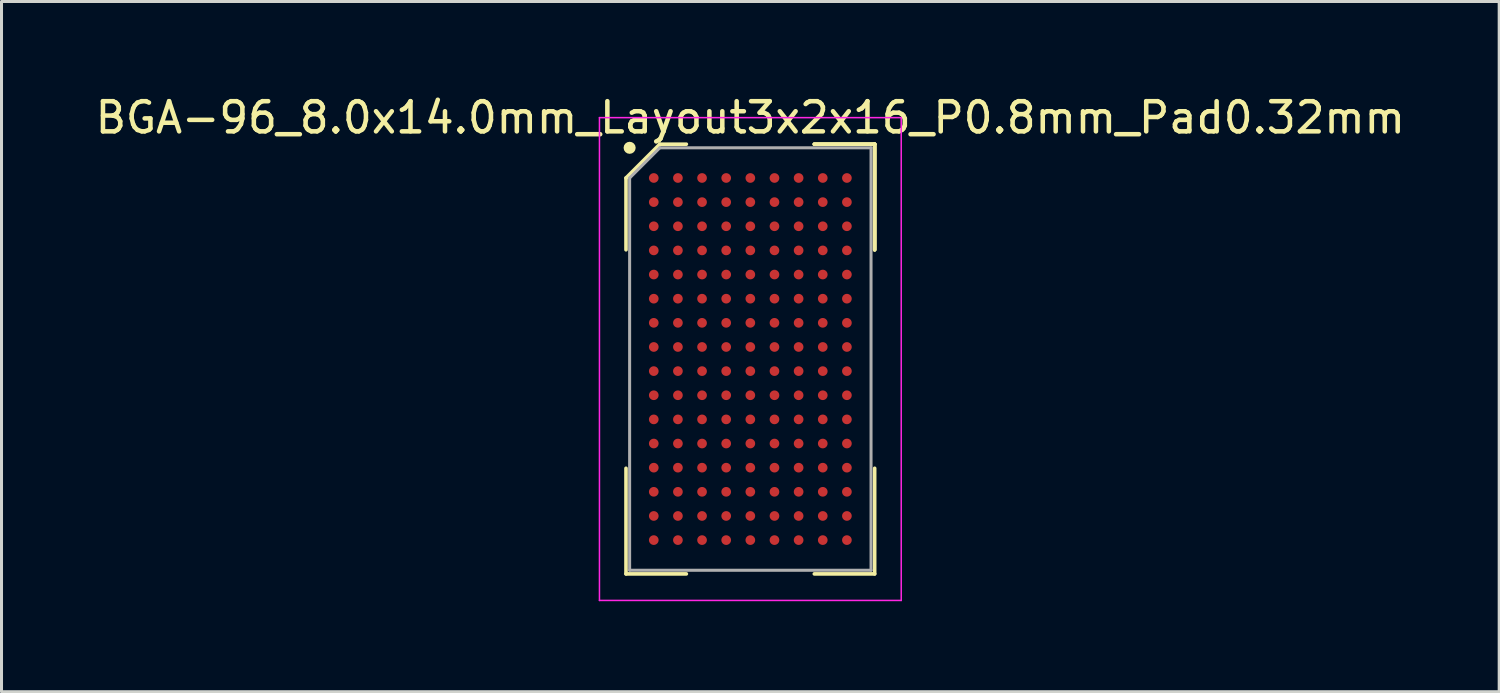
<source format=kicad_pcb>
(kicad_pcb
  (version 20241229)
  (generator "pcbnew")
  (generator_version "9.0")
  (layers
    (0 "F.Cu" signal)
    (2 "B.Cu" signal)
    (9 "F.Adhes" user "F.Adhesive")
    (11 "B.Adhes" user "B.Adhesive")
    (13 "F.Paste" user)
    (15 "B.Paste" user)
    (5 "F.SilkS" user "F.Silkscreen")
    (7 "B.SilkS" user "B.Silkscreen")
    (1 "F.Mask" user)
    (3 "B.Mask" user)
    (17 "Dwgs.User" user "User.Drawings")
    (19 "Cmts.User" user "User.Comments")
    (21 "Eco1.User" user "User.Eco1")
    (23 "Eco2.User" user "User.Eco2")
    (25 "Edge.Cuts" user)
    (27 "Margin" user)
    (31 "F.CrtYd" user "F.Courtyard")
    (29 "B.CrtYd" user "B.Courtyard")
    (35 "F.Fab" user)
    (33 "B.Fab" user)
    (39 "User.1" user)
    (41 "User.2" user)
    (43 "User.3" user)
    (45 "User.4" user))
  (footprint "BGA-96_8.0x14.0mm_Layout3x2x16_P0.8mm_Pad0.32mm"
    (layer "F.Cu")
    (at 21.815 8.848)
    (property "Reference" "BGA-96_8.0x14.0mm_Layout3x2x16_P0.8mm_Pad0.32mm" (at 0 -8 0) (layer "F.SilkS") (effects (font (size 1 1) (thickness 0.15))))
    (attr smd)
    (fp_line (start -4.12 -6) (end -4.12 -3.62) (stroke (width 0.12) (type solid)) (layer "F.SilkS"))
    (fp_line (start -4.12 7.12) (end -4.12 3.62) (stroke (width 0.12) (type solid)) (layer "F.SilkS"))
    (fp_line (start -3 -7.12) (end -4.12 -6) (stroke (width 0.12) (type solid)) (layer "F.SilkS"))
    (fp_line (start -2.12 -7.12) (end -3 -7.12) (stroke (width 0.12) (type solid)) (layer "F.SilkS"))
    (fp_line (start -2.12 7.12) (end -4.12 7.12) (stroke (width 0.12) (type solid)) (layer "F.SilkS"))
    (fp_line (start 2.12 -7.12) (end 4.12 -7.12) (stroke (width 0.12) (type solid)) (layer "F.SilkS"))
    (fp_line (start 2.12 -7.12) (end 4.12 -7.12) (stroke (width 0.12) (type solid)) (layer "F.SilkS"))
    (fp_line (start 2.12 -7.12) (end 4.12 -7.12) (stroke (width 0.12) (type solid)) (layer "F.SilkS"))
    (fp_line (start 2.12 7.12) (end 4.12 7.12) (stroke (width 0.12) (type solid)) (layer "F.SilkS"))
    (fp_line (start 4.12 -7.12) (end 4.12 -3.62) (stroke (width 0.12) (type solid)) (layer "F.SilkS"))
    (fp_line (start 4.12 -7.12) (end 4.12 -3.62) (stroke (width 0.12) (type solid)) (layer "F.SilkS"))
    (fp_line (start 4.12 -7.12) (end 4.12 -3.62) (stroke (width 0.12) (type solid)) (layer "F.SilkS"))
    (fp_line (start 4.12 7.12) (end 4.12 3.62) (stroke (width 0.12) (type solid)) (layer "F.SilkS"))
    (fp_circle (center -4 -7) (end -4 -6.9) (stroke (width 0.2) (type solid)) (fill no) (layer "F.SilkS"))
    (fp_line (start -5 -8) (end 5 -8) (stroke (width 0.05) (type solid)) (layer "F.CrtYd"))
    (fp_line (start -5 8) (end -5 -8) (stroke (width 0.05) (type solid)) (layer "F.CrtYd"))
    (fp_line (start 5 -8) (end 5 8) (stroke (width 0.05) (type solid)) (layer "F.CrtYd"))
    (fp_line (start 5 8) (end -5 8) (stroke (width 0.05) (type solid)) (layer "F.CrtYd"))
    (fp_line (start -4 -6) (end -4 7) (stroke (width 0.1) (type solid)) (layer "F.Fab"))
    (fp_line (start -4 7) (end 4 7) (stroke (width 0.1) (type solid)) (layer "F.Fab"))
    (fp_line (start -3 -7) (end -4 -6) (stroke (width 0.1) (type solid)) (layer "F.Fab"))
    (fp_line (start 4 -7) (end -3 -7) (stroke (width 0.1) (type solid)) (layer "F.Fab"))
    (fp_line (start 4 7) (end 4 -7) (stroke (width 0.1) (type solid)) (layer "F.Fab"))
    (pad "A1" smd circle (at -3.2 -6) (size 0.32 0.32) (layers "F.Cu" "F.Mask" "F.Paste"))
    (pad "A2" smd circle (at -2.4 -6) (size 0.32 0.32) (layers "F.Cu" "F.Mask" "F.Paste"))
    (pad "A3" smd circle (at -1.6 -6) (size 0.32 0.32) (layers "F.Cu" "F.Mask" "F.Paste"))
    (pad "A4" smd circle (at -0.8 -6) (size 0.32 0.32) (layers "F.Cu" "F.Mask" "F.Paste"))
    (pad "A5" smd circle (at 0 -6) (size 0.32 0.32) (layers "F.Cu" "F.Mask" "F.Paste"))
    (pad "A6" smd circle (at 0.8 -6) (size 0.32 0.32) (layers "F.Cu" "F.Mask" "F.Paste"))
    (pad "A7" smd circle (at 1.6 -6) (size 0.32 0.32) (layers "F.Cu" "F.Mask" "F.Paste"))
    (pad "A8" smd circle (at 2.4 -6) (size 0.32 0.32) (layers "F.Cu" "F.Mask" "F.Paste"))
    (pad "A9" smd circle (at 3.2 -6) (size 0.32 0.32) (layers "F.Cu" "F.Mask" "F.Paste"))
    (pad "B1" smd circle (at -3.2 -5.2) (size 0.32 0.32) (layers "F.Cu" "F.Mask" "F.Paste"))
    (pad "B2" smd circle (at -2.4 -5.2) (size 0.32 0.32) (layers "F.Cu" "F.Mask" "F.Paste"))
    (pad "B3" smd circle (at -1.6 -5.2) (size 0.32 0.32) (layers "F.Cu" "F.Mask" "F.Paste"))
    (pad "B4" smd circle (at -0.8 -5.2) (size 0.32 0.32) (layers "F.Cu" "F.Mask" "F.Paste"))
    (pad "B5" smd circle (at 0 -5.2) (size 0.32 0.32) (layers "F.Cu" "F.Mask" "F.Paste"))
    (pad "B6" smd circle (at 0.8 -5.2) (size 0.32 0.32) (layers "F.Cu" "F.Mask" "F.Paste"))
    (pad "B7" smd circle (at 1.6 -5.2) (size 0.32 0.32) (layers "F.Cu" "F.Mask" "F.Paste"))
    (pad "B8" smd circle (at 2.4 -5.2) (size 0.32 0.32) (layers "F.Cu" "F.Mask" "F.Paste"))
    (pad "B9" smd circle (at 3.2 -5.2) (size 0.32 0.32) (layers "F.Cu" "F.Mask" "F.Paste"))
    (pad "C1" smd circle (at -3.2 -4.4) (size 0.32 0.32) (layers "F.Cu" "F.Mask" "F.Paste"))
    (pad "C2" smd circle (at -2.4 -4.4) (size 0.32 0.32) (layers "F.Cu" "F.Mask" "F.Paste"))
    (pad "C3" smd circle (at -1.6 -4.4) (size 0.32 0.32) (layers "F.Cu" "F.Mask" "F.Paste"))
    (pad "C4" smd circle (at -0.8 -4.4) (size 0.32 0.32) (layers "F.Cu" "F.Mask" "F.Paste"))
    (pad "C5" smd circle (at 0 -4.4) (size 0.32 0.32) (layers "F.Cu" "F.Mask" "F.Paste"))
    (pad "C6" smd circle (at 0.8 -4.4) (size 0.32 0.32) (layers "F.Cu" "F.Mask" "F.Paste"))
    (pad "C7" smd circle (at 1.6 -4.4) (size 0.32 0.32) (layers "F.Cu" "F.Mask" "F.Paste"))
    (pad "C8" smd circle (at 2.4 -4.4) (size 0.32 0.32) (layers "F.Cu" "F.Mask" "F.Paste"))
    (pad "C9" smd circle (at 3.2 -4.4) (size 0.32 0.32) (layers "F.Cu" "F.Mask" "F.Paste"))
    (pad "D1" smd circle (at -3.2 -3.6) (size 0.32 0.32) (layers "F.Cu" "F.Mask" "F.Paste"))
    (pad "D2" smd circle (at -2.4 -3.6) (size 0.32 0.32) (layers "F.Cu" "F.Mask" "F.Paste"))
    (pad "D3" smd circle (at -1.6 -3.6) (size 0.32 0.32) (layers "F.Cu" "F.Mask" "F.Paste"))
    (pad "D4" smd circle (at -0.8 -3.6) (size 0.32 0.32) (layers "F.Cu" "F.Mask" "F.Paste"))
    (pad "D5" smd circle (at 0 -3.6) (size 0.32 0.32) (layers "F.Cu" "F.Mask" "F.Paste"))
    (pad "D6" smd circle (at 0.8 -3.6) (size 0.32 0.32) (layers "F.Cu" "F.Mask" "F.Paste"))
    (pad "D7" smd circle (at 1.6 -3.6) (size 0.32 0.32) (layers "F.Cu" "F.Mask" "F.Paste"))
    (pad "D8" smd circle (at 2.4 -3.6) (size 0.32 0.32) (layers "F.Cu" "F.Mask" "F.Paste"))
    (pad "D9" smd circle (at 3.2 -3.6) (size 0.32 0.32) (layers "F.Cu" "F.Mask" "F.Paste"))
    (pad "E1" smd circle (at -3.2 -2.8) (size 0.32 0.32) (layers "F.Cu" "F.Mask" "F.Paste"))
    (pad "E2" smd circle (at -2.4 -2.8) (size 0.32 0.32) (layers "F.Cu" "F.Mask" "F.Paste"))
    (pad "E3" smd circle (at -1.6 -2.8) (size 0.32 0.32) (layers "F.Cu" "F.Mask" "F.Paste"))
    (pad "E4" smd circle (at -0.8 -2.8) (size 0.32 0.32) (layers "F.Cu" "F.Mask" "F.Paste"))
    (pad "E5" smd circle (at 0 -2.8) (size 0.32 0.32) (layers "F.Cu" "F.Mask" "F.Paste"))
    (pad "E6" smd circle (at 0.8 -2.8) (size 0.32 0.32) (layers "F.Cu" "F.Mask" "F.Paste"))
    (pad "E7" smd circle (at 1.6 -2.8) (size 0.32 0.32) (layers "F.Cu" "F.Mask" "F.Paste"))
    (pad "E8" smd circle (at 2.4 -2.8) (size 0.32 0.32) (layers "F.Cu" "F.Mask" "F.Paste"))
    (pad "E9" smd circle (at 3.2 -2.8) (size 0.32 0.32) (layers "F.Cu" "F.Mask" "F.Paste"))
    (pad "F1" smd circle (at -3.2 -2) (size 0.32 0.32) (layers "F.Cu" "F.Mask" "F.Paste"))
    (pad "F2" smd circle (at -2.4 -2) (size 0.32 0.32) (layers "F.Cu" "F.Mask" "F.Paste"))
    (pad "F3" smd circle (at -1.6 -2) (size 0.32 0.32) (layers "F.Cu" "F.Mask" "F.Paste"))
    (pad "F4" smd circle (at -0.8 -2) (size 0.32 0.32) (layers "F.Cu" "F.Mask" "F.Paste"))
    (pad "F5" smd circle (at 0 -2) (size 0.32 0.32) (layers "F.Cu" "F.Mask" "F.Paste"))
    (pad "F6" smd circle (at 0.8 -2) (size 0.32 0.32) (layers "F.Cu" "F.Mask" "F.Paste"))
    (pad "F7" smd circle (at 1.6 -2) (size 0.32 0.32) (layers "F.Cu" "F.Mask" "F.Paste"))
    (pad "F8" smd circle (at 2.4 -2) (size 0.32 0.32) (layers "F.Cu" "F.Mask" "F.Paste"))
    (pad "F9" smd circle (at 3.2 -2) (size 0.32 0.32) (layers "F.Cu" "F.Mask" "F.Paste"))
    (pad "G1" smd circle (at -3.2 -1.2) (size 0.32 0.32) (layers "F.Cu" "F.Mask" "F.Paste"))
    (pad "G2" smd circle (at -2.4 -1.2) (size 0.32 0.32) (layers "F.Cu" "F.Mask" "F.Paste"))
    (pad "G3" smd circle (at -1.6 -1.2) (size 0.32 0.32) (layers "F.Cu" "F.Mask" "F.Paste"))
    (pad "G4" smd circle (at -0.8 -1.2) (size 0.32 0.32) (layers "F.Cu" "F.Mask" "F.Paste"))
    (pad "G5" smd circle (at 0 -1.2) (size 0.32 0.32) (layers "F.Cu" "F.Mask" "F.Paste"))
    (pad "G6" smd circle (at 0.8 -1.2) (size 0.32 0.32) (layers "F.Cu" "F.Mask" "F.Paste"))
    (pad "G7" smd circle (at 1.6 -1.2) (size 0.32 0.32) (layers "F.Cu" "F.Mask" "F.Paste"))
    (pad "G8" smd circle (at 2.4 -1.2) (size 0.32 0.32) (layers "F.Cu" "F.Mask" "F.Paste"))
    (pad "G9" smd circle (at 3.2 -1.2) (size 0.32 0.32) (layers "F.Cu" "F.Mask" "F.Paste"))
    (pad "H1" smd circle (at -3.2 -0.4) (size 0.32 0.32) (layers "F.Cu" "F.Mask" "F.Paste"))
    (pad "H2" smd circle (at -2.4 -0.4) (size 0.32 0.32) (layers "F.Cu" "F.Mask" "F.Paste"))
    (pad "H3" smd circle (at -1.6 -0.4) (size 0.32 0.32) (layers "F.Cu" "F.Mask" "F.Paste"))
    (pad "H4" smd circle (at -0.8 -0.4) (size 0.32 0.32) (layers "F.Cu" "F.Mask" "F.Paste"))
    (pad "H5" smd circle (at 0 -0.4) (size 0.32 0.32) (layers "F.Cu" "F.Mask" "F.Paste"))
    (pad "H6" smd circle (at 0.8 -0.4) (size 0.32 0.32) (layers "F.Cu" "F.Mask" "F.Paste"))
    (pad "H7" smd circle (at 1.6 -0.4) (size 0.32 0.32) (layers "F.Cu" "F.Mask" "F.Paste"))
    (pad "H8" smd circle (at 2.4 -0.4) (size 0.32 0.32) (layers "F.Cu" "F.Mask" "F.Paste"))
    (pad "H9" smd circle (at 3.2 -0.4) (size 0.32 0.32) (layers "F.Cu" "F.Mask" "F.Paste"))
    (pad "J1" smd circle (at -3.2 0.4) (size 0.32 0.32) (layers "F.Cu" "F.Mask" "F.Paste"))
    (pad "J2" smd circle (at -2.4 0.4) (size 0.32 0.32) (layers "F.Cu" "F.Mask" "F.Paste"))
    (pad "J3" smd circle (at -1.6 0.4) (size 0.32 0.32) (layers "F.Cu" "F.Mask" "F.Paste"))
    (pad "J4" smd circle (at -0.8 0.4) (size 0.32 0.32) (layers "F.Cu" "F.Mask" "F.Paste"))
    (pad "J5" smd circle (at 0 0.4) (size 0.32 0.32) (layers "F.Cu" "F.Mask" "F.Paste"))
    (pad "J6" smd circle (at 0.8 0.4) (size 0.32 0.32) (layers "F.Cu" "F.Mask" "F.Paste"))
    (pad "J7" smd circle (at 1.6 0.4) (size 0.32 0.32) (layers "F.Cu" "F.Mask" "F.Paste"))
    (pad "J8" smd circle (at 2.4 0.4) (size 0.32 0.32) (layers "F.Cu" "F.Mask" "F.Paste"))
    (pad "J9" smd circle (at 3.2 0.4) (size 0.32 0.32) (layers "F.Cu" "F.Mask" "F.Paste"))
    (pad "K1" smd circle (at -3.2 1.2) (size 0.32 0.32) (layers "F.Cu" "F.Mask" "F.Paste"))
    (pad "K2" smd circle (at -2.4 1.2) (size 0.32 0.32) (layers "F.Cu" "F.Mask" "F.Paste"))
    (pad "K3" smd circle (at -1.6 1.2) (size 0.32 0.32) (layers "F.Cu" "F.Mask" "F.Paste"))
    (pad "K4" smd circle (at -0.8 1.2) (size 0.32 0.32) (layers "F.Cu" "F.Mask" "F.Paste"))
    (pad "K5" smd circle (at 0 1.2) (size 0.32 0.32) (layers "F.Cu" "F.Mask" "F.Paste"))
    (pad "K6" smd circle (at 0.8 1.2) (size 0.32 0.32) (layers "F.Cu" "F.Mask" "F.Paste"))
    (pad "K7" smd circle (at 1.6 1.2) (size 0.32 0.32) (layers "F.Cu" "F.Mask" "F.Paste"))
    (pad "K8" smd circle (at 2.4 1.2) (size 0.32 0.32) (layers "F.Cu" "F.Mask" "F.Paste"))
    (pad "K9" smd circle (at 3.2 1.2) (size 0.32 0.32) (layers "F.Cu" "F.Mask" "F.Paste"))
    (pad "L1" smd circle (at -3.2 2) (size 0.32 0.32) (layers "F.Cu" "F.Mask" "F.Paste"))
    (pad "L2" smd circle (at -2.4 2) (size 0.32 0.32) (layers "F.Cu" "F.Mask" "F.Paste"))
    (pad "L3" smd circle (at -1.6 2) (size 0.32 0.32) (layers "F.Cu" "F.Mask" "F.Paste"))
    (pad "L4" smd circle (at -0.8 2) (size 0.32 0.32) (layers "F.Cu" "F.Mask" "F.Paste"))
    (pad "L5" smd circle (at 0 2) (size 0.32 0.32) (layers "F.Cu" "F.Mask" "F.Paste"))
    (pad "L6" smd circle (at 0.8 2) (size 0.32 0.32) (layers "F.Cu" "F.Mask" "F.Paste"))
    (pad "L7" smd circle (at 1.6 2) (size 0.32 0.32) (layers "F.Cu" "F.Mask" "F.Paste"))
    (pad "L8" smd circle (at 2.4 2) (size 0.32 0.32) (layers "F.Cu" "F.Mask" "F.Paste"))
    (pad "L9" smd circle (at 3.2 2) (size 0.32 0.32) (layers "F.Cu" "F.Mask" "F.Paste"))
    (pad "M1" smd circle (at -3.2 2.8) (size 0.32 0.32) (layers "F.Cu" "F.Mask" "F.Paste"))
    (pad "M2" smd circle (at -2.4 2.8) (size 0.32 0.32) (layers "F.Cu" "F.Mask" "F.Paste"))
    (pad "M3" smd circle (at -1.6 2.8) (size 0.32 0.32) (layers "F.Cu" "F.Mask" "F.Paste"))
    (pad "M4" smd circle (at -0.8 2.8) (size 0.32 0.32) (layers "F.Cu" "F.Mask" "F.Paste"))
    (pad "M5" smd circle (at 0 2.8) (size 0.32 0.32) (layers "F.Cu" "F.Mask" "F.Paste"))
    (pad "M6" smd circle (at 0.8 2.8) (size 0.32 0.32) (layers "F.Cu" "F.Mask" "F.Paste"))
    (pad "M7" smd circle (at 1.6 2.8) (size 0.32 0.32) (layers "F.Cu" "F.Mask" "F.Paste"))
    (pad "M8" smd circle (at 2.4 2.8) (size 0.32 0.32) (layers "F.Cu" "F.Mask" "F.Paste"))
    (pad "M9" smd circle (at 3.2 2.8) (size 0.32 0.32) (layers "F.Cu" "F.Mask" "F.Paste"))
    (pad "N1" smd circle (at -3.2 3.6) (size 0.32 0.32) (layers "F.Cu" "F.Mask" "F.Paste"))
    (pad "N2" smd circle (at -2.4 3.6) (size 0.32 0.32) (layers "F.Cu" "F.Mask" "F.Paste"))
    (pad "N3" smd circle (at -1.6 3.6) (size 0.32 0.32) (layers "F.Cu" "F.Mask" "F.Paste"))
    (pad "N4" smd circle (at -0.8 3.6) (size 0.32 0.32) (layers "F.Cu" "F.Mask" "F.Paste"))
    (pad "N5" smd circle (at 0 3.6) (size 0.32 0.32) (layers "F.Cu" "F.Mask" "F.Paste"))
    (pad "N6" smd circle (at 0.8 3.6) (size 0.32 0.32) (layers "F.Cu" "F.Mask" "F.Paste"))
    (pad "N7" smd circle (at 1.6 3.6) (size 0.32 0.32) (layers "F.Cu" "F.Mask" "F.Paste"))
    (pad "N8" smd circle (at 2.4 3.6) (size 0.32 0.32) (layers "F.Cu" "F.Mask" "F.Paste"))
    (pad "N9" smd circle (at 3.2 3.6) (size 0.32 0.32) (layers "F.Cu" "F.Mask" "F.Paste"))
    (pad "P1" smd circle (at -3.2 4.4) (size 0.32 0.32) (layers "F.Cu" "F.Mask" "F.Paste"))
    (pad "P2" smd circle (at -2.4 4.4) (size 0.32 0.32) (layers "F.Cu" "F.Mask" "F.Paste"))
    (pad "P3" smd circle (at -1.6 4.4) (size 0.32 0.32) (layers "F.Cu" "F.Mask" "F.Paste"))
    (pad "P4" smd circle (at -0.8 4.4) (size 0.32 0.32) (layers "F.Cu" "F.Mask" "F.Paste"))
    (pad "P5" smd circle (at 0 4.4) (size 0.32 0.32) (layers "F.Cu" "F.Mask" "F.Paste"))
    (pad "P6" smd circle (at 0.8 4.4) (size 0.32 0.32) (layers "F.Cu" "F.Mask" "F.Paste"))
    (pad "P7" smd circle (at 1.6 4.4) (size 0.32 0.32) (layers "F.Cu" "F.Mask" "F.Paste"))
    (pad "P8" smd circle (at 2.4 4.4) (size 0.32 0.32) (layers "F.Cu" "F.Mask" "F.Paste"))
    (pad "P9" smd circle (at 3.2 4.4) (size 0.32 0.32) (layers "F.Cu" "F.Mask" "F.Paste"))
    (pad "R1" smd circle (at -3.2 5.2) (size 0.32 0.32) (layers "F.Cu" "F.Mask" "F.Paste"))
    (pad "R2" smd circle (at -2.4 5.2) (size 0.32 0.32) (layers "F.Cu" "F.Mask" "F.Paste"))
    (pad "R3" smd circle (at -1.6 5.2) (size 0.32 0.32) (layers "F.Cu" "F.Mask" "F.Paste"))
    (pad "R4" smd circle (at -0.8 5.2) (size 0.32 0.32) (layers "F.Cu" "F.Mask" "F.Paste"))
    (pad "R5" smd circle (at 0 5.2) (size 0.32 0.32) (layers "F.Cu" "F.Mask" "F.Paste"))
    (pad "R6" smd circle (at 0.8 5.2) (size 0.32 0.32) (layers "F.Cu" "F.Mask" "F.Paste"))
    (pad "R7" smd circle (at 1.6 5.2) (size 0.32 0.32) (layers "F.Cu" "F.Mask" "F.Paste"))
    (pad "R8" smd circle (at 2.4 5.2) (size 0.32 0.32) (layers "F.Cu" "F.Mask" "F.Paste"))
    (pad "R9" smd circle (at 3.2 5.2) (size 0.32 0.32) (layers "F.Cu" "F.Mask" "F.Paste"))
    (pad "T1" smd circle (at -3.2 6) (size 0.32 0.32) (layers "F.Cu" "F.Mask" "F.Paste"))
    (pad "T2" smd circle (at -2.4 6) (size 0.32 0.32) (layers "F.Cu" "F.Mask" "F.Paste"))
    (pad "T3" smd circle (at -1.6 6) (size 0.32 0.32) (layers "F.Cu" "F.Mask" "F.Paste"))
    (pad "T4" smd circle (at -0.8 6) (size 0.32 0.32) (layers "F.Cu" "F.Mask" "F.Paste"))
    (pad "T5" smd circle (at 0 6) (size 0.32 0.32) (layers "F.Cu" "F.Mask" "F.Paste"))
    (pad "T6" smd circle (at 0.8 6) (size 0.32 0.32) (layers "F.Cu" "F.Mask" "F.Paste"))
    (pad "T7" smd circle (at 1.6 6) (size 0.32 0.32) (layers "F.Cu" "F.Mask" "F.Paste"))
    (pad "T8" smd circle (at 2.4 6) (size 0.32 0.32) (layers "F.Cu" "F.Mask" "F.Paste"))
    (pad "T9" smd circle (at 3.2 6) (size 0.32 0.32) (layers "F.Cu" "F.Mask" "F.Paste")))
  (gr_rect
    (start -3 -3)
    (end 46.631 19.873)
    (stroke (width 0.1) (type default))
    (fill no)
    (layer "Edge.Cuts")))
</source>
